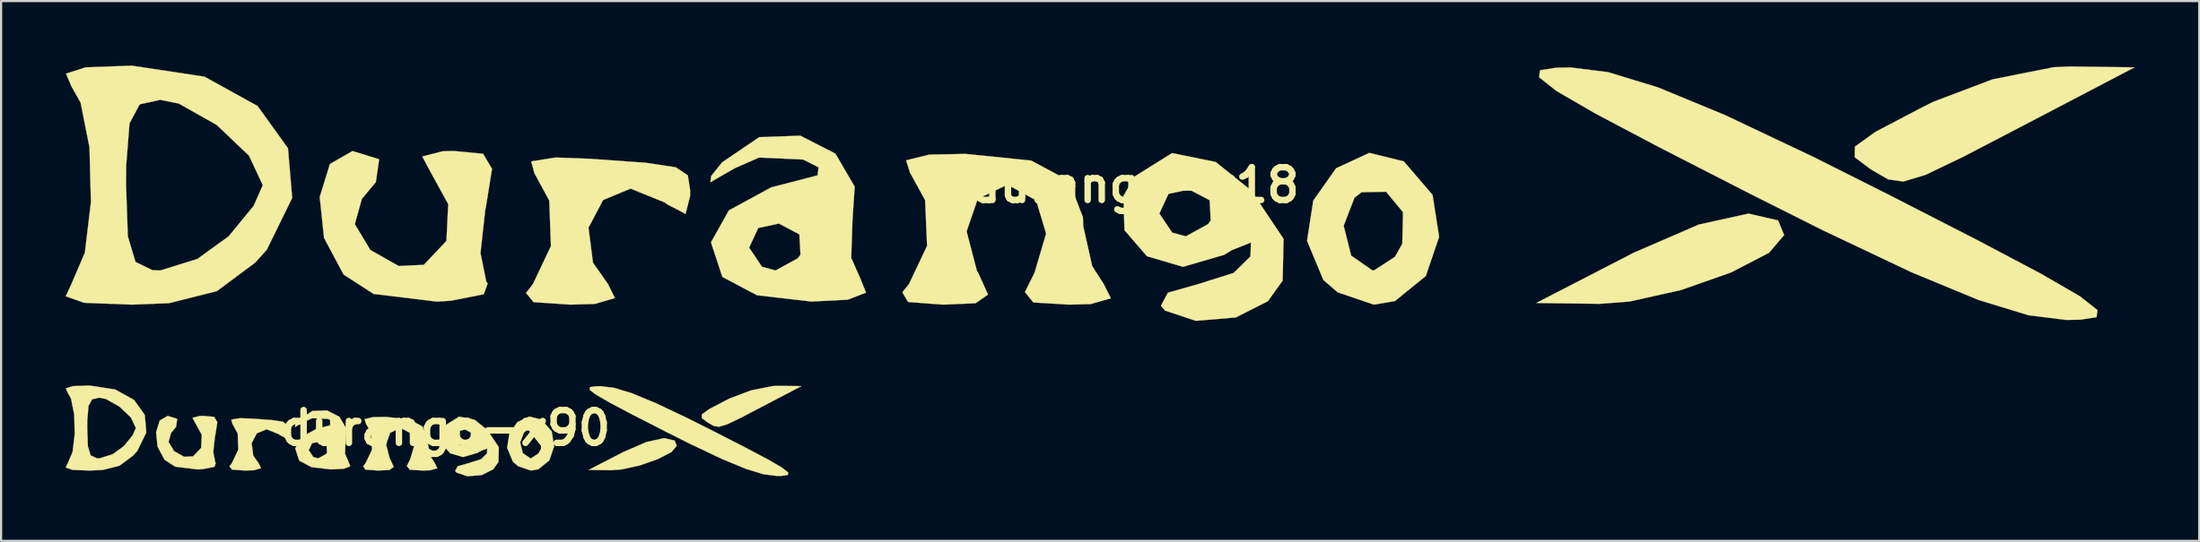
<source format=kicad_pcb>
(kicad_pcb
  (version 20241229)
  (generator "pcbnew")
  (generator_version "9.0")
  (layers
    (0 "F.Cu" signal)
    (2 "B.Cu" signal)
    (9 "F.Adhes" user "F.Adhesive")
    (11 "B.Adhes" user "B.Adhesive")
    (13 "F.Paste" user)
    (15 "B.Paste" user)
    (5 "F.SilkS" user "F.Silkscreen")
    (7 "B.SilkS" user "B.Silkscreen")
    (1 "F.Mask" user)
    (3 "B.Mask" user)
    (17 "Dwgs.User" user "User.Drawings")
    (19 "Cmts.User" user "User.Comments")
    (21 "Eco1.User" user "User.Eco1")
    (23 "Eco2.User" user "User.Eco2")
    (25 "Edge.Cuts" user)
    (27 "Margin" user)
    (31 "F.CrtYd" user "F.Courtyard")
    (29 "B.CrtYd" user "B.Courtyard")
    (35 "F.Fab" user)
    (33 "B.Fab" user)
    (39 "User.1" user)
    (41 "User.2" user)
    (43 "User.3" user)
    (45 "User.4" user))
  (footprint "durango-x18"
    (layer "F.Cu")
    (at 49.634 5.561)
    (property "Reference" "durango-x18" (at 0 0 0) (layer "F.SilkS") (effects (font (size 1.524 1.524) (thickness 0.3))))
    (attr through_hole)
    (fp_poly (pts (xy 29.884 1.641) (xy 30.163 2.319) (xy 29.464 3.143) (xy 27.702 4.058) (xy 25.377 4.876) (xy 22.987 5.411) (xy 21.603 5.518) (xy 18.653 5.48) (xy 23.175 3.145) (xy 26.197 1.834) (xy 28.51 1.323) (xy 29.884 1.641)) (stroke (width 0.01) (type solid)) (fill yes) (layer "F.SilkS"))
    (fp_poly (pts (xy 46.434 -5.479) (xy 41.275 -2.778) (xy 38.479 -1.32) (xy 36.739 -0.484) (xy 35.696 -0.168) (xy 34.992 -0.27) (xy 34.269 -0.69) (xy 34.154 -0.763) (xy 33.441 -1.298) (xy 33.45 -1.792) (xy 34.403 -2.478) (xy 36.517 -3.589) (xy 37.076 -3.871) (xy 39.843 -4.92) (xy 42.679 -5.485) (xy 43.426 -5.518) (xy 46.434 -5.479)) (stroke (width 0.01) (type solid)) (fill yes) (layer "F.SilkS"))
    (fp_poly (pts (xy 21.986 -5.256) (xy 24.305 -4.547) (xy 27.414 -3.261) (xy 31.529 -1.309) (xy 34.925 0.397) (xy 39.15 2.564) (xy 42.095 4.122) (xy 43.903 5.171) (xy 44.714 5.81) (xy 44.671 6.138) (xy 43.913 6.256) (xy 43.259 6.267) (xy 41.514 6.05) (xy 39.195 5.341) (xy 36.086 4.054) (xy 31.971 2.103) (xy 28.575 0.397) (xy 24.35 -1.77) (xy 21.405 -3.328) (xy 19.597 -4.377) (xy 18.786 -5.016) (xy 18.829 -5.344) (xy 19.587 -5.462) (xy 20.241 -5.473) (xy 21.986 -5.256)) (stroke (width 0.01) (type solid)) (fill yes) (layer "F.SilkS"))
    (fp_poly (pts (xy -25.293 -1.226) (xy -22.696 -1.041) (xy -21.306 -0.831) (xy -20.745 -0.456) (xy -20.638 0.222) (xy -20.637 0.494) (xy -20.849 1.336) (xy -21.723 0.88) (xy -21.818 0.802) (xy -23.404 0.161) (xy -24.679 0.692) (xy -25.357 1.978) (xy -25.149 3.605) (xy -24.448 4.604) (xy -24.132 5.25) (xy -25.065 5.523) (xy -26.194 5.556) (xy -27.908 5.44) (xy -28.257 5.014) (xy -27.94 4.604) (xy -27.1 2.833) (xy -27.177 0.721) (xy -27.873 -0.568) (xy -28.017 -1.105) (xy -26.88 -1.285) (xy -25.293 -1.226)) (stroke (width 0.01) (type solid)) (fill yes) (layer "F.SilkS"))
    (fp_poly (pts (xy 12.502 -1.106) (xy 13.838 0.452) (xy 14.142 2.405) (xy 13.524 4.226) (xy 12.093 5.388) (xy 11.113 5.556) (xy 9.433 4.984) (xy 8.768 4.409) (xy 8.01 2.588) (xy 8.118 1.887) (xy 9.71 1.887) (xy 10.059 3.278) (xy 11.051 3.967) (xy 11.113 3.969) (xy 12.093 3.332) (xy 12.433 2.725) (xy 12.467 1.258) (xy 11.678 0.306) (xy 10.54 0.328) (xy 10.213 0.582) (xy 9.71 1.887) (xy 8.118 1.887) (xy 8.3 0.718) (xy 9.357 -0.784) (xy 10.898 -1.5) (xy 12.502 -1.106)) (stroke (width 0.01) (type solid)) (fill yes) (layer "F.SilkS"))
    (fp_poly (pts (xy -30.249 -1.457) (xy -29.838 -0.757) (xy -30.115 0.98) (xy -30.149 1.129) (xy -30.373 3.157) (xy -30.102 4.492) (xy -30.038 4.57) (xy -30.218 5.071) (xy -31.752 5.376) (xy -32.402 5.415) (xy -35.336 5.058) (xy -36.729 4.157) (xy -37.638 2.45) (xy -37.836 0.549) (xy -37.365 -0.984) (xy -36.314 -1.587) (xy -35.079 -1.203) (xy -35.231 -0.144) (xy -35.883 0.641) (xy -36.208 1.816) (xy -35.484 3.017) (xy -34.168 3.762) (xy -33.002 3.705) (xy -31.953 2.592) (xy -31.87 0.882) (xy -32.703 -0.635) (xy -33.076 -1.332) (xy -32.121 -1.578) (xy -31.595 -1.587) (xy -30.249 -1.457)) (stroke (width 0.01) (type solid)) (fill yes) (layer "F.SilkS"))
    (fp_poly (pts (xy -4.799 -1.142) (xy -3.05 -0.203) (xy -2.398 1.489) (xy -2.381 1.923) (xy -1.967 3.761) (xy -1.429 4.604) (xy -1.101 5.261) (xy -2.039 5.529) (xy -3.023 5.556) (xy -4.701 5.455) (xy -5.091 4.97) (xy -4.644 4.074) (xy -4.106 2.252) (xy -4.572 0.703) (xy -5.858 0.002) (xy -5.953 0) (xy -7.28 0.634) (xy -7.799 2.15) (xy -7.324 3.972) (xy -7.262 4.074) (xy -6.804 5.087) (xy -7.384 5.491) (xy -8.883 5.556) (xy -10.517 5.433) (xy -10.784 4.982) (xy -10.477 4.604) (xy -9.634 2.821) (xy -9.725 0.698) (xy -10.429 -0.587) (xy -10.608 -1.156) (xy -9.533 -1.419) (xy -7.85 -1.454) (xy -4.799 -1.142)) (stroke (width 0.01) (type solid)) (fill yes) (layer "F.SilkS"))
    (fp_poly (pts (xy 3.764 -1.08) (xy 5.418 0.25) (xy 6.918 2.498) (xy 6.877 4.438) (xy 6.191 5.397) (xy 4.701 6.151) (xy 2.844 6.309) (xy 1.421 5.835) (xy 1.224 5.61) (xy 1.551 5) (xy 2.902 4.618) (xy 4.603 4.081) (xy 5.383 3.313) (xy 5.404 2.668) (xy 4.524 3.018) (xy 4.16 3.24) (xy 2.246 3.797) (xy 0.576 3.305) (xy -0.469 2.094) (xy -0.491 1.319) (xy 1.152 1.319) (xy 1.749 2.208) (xy 2.381 2.381) (xy 3.416 1.81) (xy 3.538 1.642) (xy 3.486 0.701) (xy 2.532 0.199) (xy 1.575 0.405) (xy 1.152 1.319) (xy -0.491 1.319) (xy -0.514 0.496) (xy 0.008 -0.407) (xy 1.74 -1.491) (xy 3.764 -1.08)) (stroke (width 0.01) (type solid)) (fill yes) (layer "F.SilkS"))
    (fp_poly (pts (xy -13.89 -1.465) (xy -12.996 0.069) (xy -13.097 1.587) (xy -13.158 3.381) (xy -12.746 4.31) (xy -12.471 4.998) (xy -13.321 5.326) (xy -15.007 5.412) (xy -17.533 5.119) (xy -19.126 4.274) (xy -19.147 4.249) (xy -19.588 2.906) (xy -17.898 2.906) (xy -17.301 3.795) (xy -16.669 3.969) (xy -15.634 3.397) (xy -15.512 3.23) (xy -15.564 2.289) (xy -16.518 1.786) (xy -17.475 1.992) (xy -17.898 2.906) (xy -19.588 2.906) (xy -19.669 2.66) (xy -18.836 1.171) (xy -16.866 0.099) (xy -16.187 -0.074) (xy -14.719 -0.456) (xy -14.672 -0.83) (xy -15.385 -1.191) (xy -17.435 -1.285) (xy -18.56 -0.791) (xy -19.696 -0.137) (xy -19.658 -0.428) (xy -19.151 -1.063) (xy -17.428 -2.233) (xy -15.52 -2.3) (xy -13.89 -1.465)) (stroke (width 0.01) (type solid)) (fill yes) (layer "F.SilkS"))
    (fp_poly (pts (xy -43.19 -5.045) (xy -40.723 -3.681) (xy -39.312 -1.716) (xy -39.117 0.595) (xy -40.293 3) (xy -40.842 3.608) (xy -42.615 4.928) (xy -44.838 5.487) (xy -46.557 5.556) (xy -48.775 5.471) (xy -49.629 5.168) (xy -49.371 4.604) (xy -48.743 3.139) (xy -48.462 0.796) (xy -48.482 0) (xy -46.831 0) (xy -46.748 2.38) (xy -46.393 3.568) (xy -45.611 3.952) (xy -45.244 3.969) (xy -43.516 3.43) (xy -42.069 2.381) (xy -40.903 0.96) (xy -40.481 0) (xy -41.119 -1.368) (xy -42.624 -2.803) (xy -44.385 -3.796) (xy -45.244 -3.969) (xy -46.196 -3.76) (xy -46.671 -2.873) (xy -46.824 -0.918) (xy -46.831 0) (xy -48.482 0) (xy -48.528 -1.754) (xy -48.942 -3.84) (xy -49.371 -4.604) (xy -49.618 -5.186) (xy -48.71 -5.479) (xy -46.557 -5.556) (xy -43.19 -5.045)) (stroke (width 0.01) (type solid)) (fill yes) (layer "F.SilkS")))
  (footprint "durango-x90"
    (layer "F.Cu")
    (at 17.651 16.856)
    (property "Reference" "durango-x90" (at 0 0 0) (layer "F.SilkS") (effects (font (size 1.524 1.524) (thickness 0.3))))
    (attr through_hole)
    (fp_poly (pts (xy 10.625 0.583) (xy 10.724 0.825) (xy 10.476 1.118) (xy 9.85 1.443) (xy 9.023 1.734) (xy 8.173 1.924) (xy 7.681 1.962) (xy 6.632 1.948) (xy 8.24 1.118) (xy 9.314 0.652) (xy 10.137 0.47) (xy 10.625 0.583)) (stroke (width 0.01) (type solid)) (fill yes) (layer "F.SilkS"))
    (fp_poly (pts (xy 16.51 -1.948) (xy 14.676 -0.988) (xy 13.682 -0.469) (xy 13.063 -0.172) (xy 12.692 -0.06) (xy 12.442 -0.096) (xy 12.184 -0.245) (xy 12.144 -0.271) (xy 11.89 -0.462) (xy 11.893 -0.637) (xy 12.232 -0.881) (xy 12.984 -1.276) (xy 13.183 -1.376) (xy 14.166 -1.749) (xy 15.175 -1.95) (xy 15.44 -1.962) (xy 16.51 -1.948)) (stroke (width 0.01) (type solid)) (fill yes) (layer "F.SilkS"))
    (fp_poly (pts (xy 7.817 -1.869) (xy 8.642 -1.617) (xy 9.747 -1.159) (xy 11.21 -0.466) (xy 12.418 0.141) (xy 13.92 0.912) (xy 14.967 1.466) (xy 15.61 1.839) (xy 15.898 2.066) (xy 15.883 2.182) (xy 15.613 2.224) (xy 15.381 2.228) (xy 14.76 2.151) (xy 13.936 1.899) (xy 12.831 1.442) (xy 11.367 0.748) (xy 10.16 0.141) (xy 8.658 -0.629) (xy 7.611 -1.183) (xy 6.968 -1.556) (xy 6.679 -1.783) (xy 6.695 -1.9) (xy 6.964 -1.942) (xy 7.197 -1.946) (xy 7.817 -1.869)) (stroke (width 0.01) (type solid)) (fill yes) (layer "F.SilkS"))
    (fp_poly (pts (xy -8.993 -0.436) (xy -8.07 -0.37) (xy -7.575 -0.296) (xy -7.376 -0.162) (xy -7.338 0.079) (xy -7.338 0.176) (xy -7.413 0.475) (xy -7.724 0.313) (xy -7.758 0.285) (xy -8.321 0.057) (xy -8.775 0.246) (xy -9.016 0.703) (xy -8.942 1.282) (xy -8.692 1.637) (xy -8.58 1.867) (xy -8.912 1.964) (xy -9.313 1.976) (xy -9.923 1.934) (xy -10.047 1.783) (xy -9.934 1.637) (xy -9.636 1.007) (xy -9.663 0.256) (xy -9.91 -0.202) (xy -9.962 -0.393) (xy -9.557 -0.457) (xy -8.993 -0.436)) (stroke (width 0.01) (type solid)) (fill yes) (layer "F.SilkS"))
    (fp_poly (pts (xy 4.445 -0.393) (xy 4.92 0.161) (xy 5.028 0.855) (xy 4.808 1.503) (xy 4.3 1.916) (xy 3.951 1.976) (xy 3.354 1.772) (xy 3.117 1.568) (xy 2.848 0.92) (xy 2.887 0.671) (xy 3.452 0.671) (xy 3.576 1.166) (xy 3.929 1.41) (xy 3.951 1.411) (xy 4.3 1.185) (xy 4.421 0.969) (xy 4.433 0.447) (xy 4.152 0.109) (xy 3.748 0.117) (xy 3.631 0.207) (xy 3.452 0.671) (xy 2.887 0.671) (xy 2.951 0.255) (xy 3.327 -0.279) (xy 3.875 -0.533) (xy 4.445 -0.393)) (stroke (width 0.01) (type solid)) (fill yes) (layer "F.SilkS"))
    (fp_poly (pts (xy -10.755 -0.518) (xy -10.609 -0.269) (xy -10.708 0.348) (xy -10.72 0.402) (xy -10.799 1.122) (xy -10.703 1.597) (xy -10.68 1.625) (xy -10.744 1.803) (xy -11.29 1.911) (xy -11.521 1.925) (xy -12.564 1.798) (xy -13.059 1.478) (xy -13.382 0.871) (xy -13.453 0.195) (xy -13.285 -0.35) (xy -12.912 -0.564) (xy -12.472 -0.428) (xy -12.527 -0.051) (xy -12.758 0.228) (xy -12.874 0.646) (xy -12.617 1.073) (xy -12.149 1.338) (xy -11.734 1.317) (xy -11.361 0.922) (xy -11.331 0.313) (xy -11.628 -0.226) (xy -11.76 -0.473) (xy -11.421 -0.561) (xy -11.234 -0.564) (xy -10.755 -0.518)) (stroke (width 0.01) (type solid)) (fill yes) (layer "F.SilkS"))
    (fp_poly (pts (xy -1.706 -0.406) (xy -1.085 -0.072) (xy -0.853 0.529) (xy -0.847 0.684) (xy -0.699 1.337) (xy -0.508 1.637) (xy -0.391 1.871) (xy -0.725 1.966) (xy -1.075 1.976) (xy -1.671 1.94) (xy -1.81 1.767) (xy -1.651 1.448) (xy -1.46 0.801) (xy -1.626 0.25) (xy -2.083 0.001) (xy -2.117 0) (xy -2.589 0.225) (xy -2.773 0.765) (xy -2.604 1.412) (xy -2.582 1.448) (xy -2.419 1.809) (xy -2.626 1.952) (xy -3.158 1.976) (xy -3.739 1.932) (xy -3.834 1.771) (xy -3.725 1.637) (xy -3.425 1.003) (xy -3.458 0.248) (xy -3.708 -0.209) (xy -3.772 -0.411) (xy -3.39 -0.505) (xy -2.791 -0.517) (xy -1.706 -0.406)) (stroke (width 0.01) (type solid)) (fill yes) (layer "F.SilkS"))
    (fp_poly (pts (xy 1.338 -0.384) (xy 1.926 0.089) (xy 2.46 0.888) (xy 2.445 1.578) (xy 2.201 1.919) (xy 1.671 2.187) (xy 1.011 2.243) (xy 0.505 2.075) (xy 0.435 1.995) (xy 0.552 1.778) (xy 1.032 1.642) (xy 1.636 1.451) (xy 1.914 1.178) (xy 1.922 0.949) (xy 1.608 1.073) (xy 1.479 1.152) (xy 0.798 1.35) (xy 0.205 1.175) (xy -0.167 0.744) (xy -0.175 0.469) (xy 0.41 0.469) (xy 0.622 0.785) (xy 0.847 0.847) (xy 1.215 0.643) (xy 1.258 0.584) (xy 1.24 0.249) (xy 0.9 0.071) (xy 0.56 0.144) (xy 0.41 0.469) (xy -0.175 0.469) (xy -0.183 0.176) (xy 0.003 -0.145) (xy 0.619 -0.53) (xy 1.338 -0.384)) (stroke (width 0.01) (type solid)) (fill yes) (layer "F.SilkS"))
    (fp_poly (pts (xy -4.939 -0.521) (xy -4.621 0.024) (xy -4.657 0.564) (xy -4.679 1.202) (xy -4.532 1.532) (xy -4.434 1.777) (xy -4.736 1.894) (xy -5.336 1.924) (xy -6.234 1.82) (xy -6.8 1.52) (xy -6.808 1.511) (xy -6.965 1.033) (xy -6.364 1.033) (xy -6.151 1.349) (xy -5.927 1.411) (xy -5.559 1.208) (xy -5.515 1.148) (xy -5.534 0.814) (xy -5.873 0.635) (xy -6.213 0.708) (xy -6.364 1.033) (xy -6.965 1.033) (xy -6.993 0.946) (xy -6.697 0.416) (xy -5.997 0.035) (xy -5.755 -0.026) (xy -5.233 -0.162) (xy -5.217 -0.295) (xy -5.47 -0.424) (xy -6.199 -0.457) (xy -6.599 -0.281) (xy -7.003 -0.049) (xy -6.989 -0.152) (xy -6.809 -0.378) (xy -6.197 -0.794) (xy -5.518 -0.818) (xy -4.939 -0.521)) (stroke (width 0.01) (type solid)) (fill yes) (layer "F.SilkS"))
    (fp_poly (pts (xy -15.357 -1.794) (xy -14.479 -1.309) (xy -13.978 -0.61) (xy -13.908 0.212) (xy -14.327 1.067) (xy -14.522 1.283) (xy -15.152 1.752) (xy -15.942 1.951) (xy -16.554 1.976) (xy -17.342 1.945) (xy -17.646 1.837) (xy -17.554 1.637) (xy -17.331 1.116) (xy -17.231 0.283) (xy -17.238 0) (xy -16.651 0) (xy -16.621 0.846) (xy -16.495 1.269) (xy -16.217 1.405) (xy -16.087 1.411) (xy -15.472 1.22) (xy -14.958 0.847) (xy -14.543 0.341) (xy -14.393 0) (xy -14.62 -0.486) (xy -15.155 -0.997) (xy -15.781 -1.35) (xy -16.087 -1.411) (xy -16.425 -1.337) (xy -16.594 -1.021) (xy -16.649 -0.326) (xy -16.651 0) (xy -17.238 0) (xy -17.254 -0.624) (xy -17.402 -1.365) (xy -17.554 -1.637) (xy -17.642 -1.844) (xy -17.319 -1.948) (xy -16.554 -1.976) (xy -15.357 -1.794)) (stroke (width 0.01) (type solid)) (fill yes) (layer "F.SilkS")))
  (gr_rect
    (start -3 -3)
    (end 99.074 22.104)
    (stroke (width 0.1) (type default))
    (fill no)
    (layer "Edge.Cuts")))
</source>
